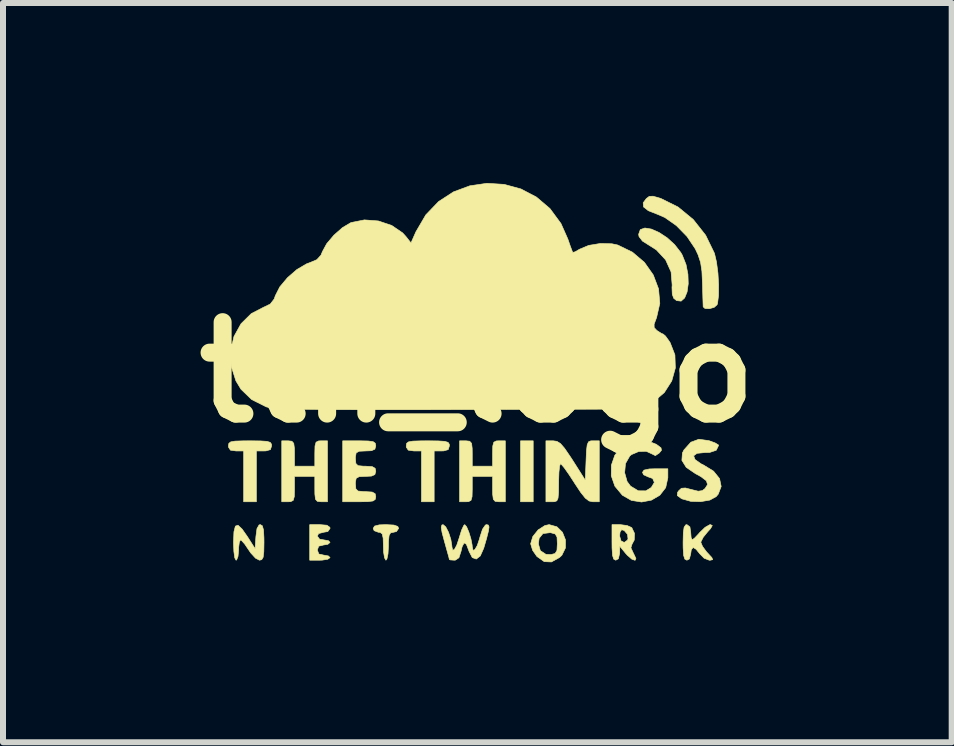
<source format=kicad_pcb>
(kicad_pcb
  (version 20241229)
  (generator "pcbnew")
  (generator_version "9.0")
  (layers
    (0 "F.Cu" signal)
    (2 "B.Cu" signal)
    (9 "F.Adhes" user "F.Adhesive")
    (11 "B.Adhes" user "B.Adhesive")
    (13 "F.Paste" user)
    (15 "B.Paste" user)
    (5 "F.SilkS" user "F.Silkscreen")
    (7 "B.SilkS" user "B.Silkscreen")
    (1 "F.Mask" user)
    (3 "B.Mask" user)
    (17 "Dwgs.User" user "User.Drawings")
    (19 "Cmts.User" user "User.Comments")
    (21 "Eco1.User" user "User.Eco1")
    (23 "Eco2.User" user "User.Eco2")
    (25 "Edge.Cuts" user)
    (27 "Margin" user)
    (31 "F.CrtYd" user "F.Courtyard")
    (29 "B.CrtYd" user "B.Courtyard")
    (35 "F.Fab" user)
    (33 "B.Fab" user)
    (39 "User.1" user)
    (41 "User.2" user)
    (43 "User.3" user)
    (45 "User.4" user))
  (footprint "ttn_logo"
    (layer "F.Cu")
    (at 4.906 3.154)
    (property "Reference" "ttn_logo" (at 0 0 0) (layer "F.SilkS") (effects (font (size 1.524 1.524) (thickness 0.3))))
    (attr through_hole)
    (fp_poly (pts (xy 0.931 2.159) (xy 0.72 2.159) (xy 0.72 1.143) (xy 0.931 1.143) (xy 0.931 2.159)) (stroke (width 0.01) (type solid)) (fill yes) (layer "F.SilkS"))
    (fp_poly (pts (xy -3.614 1.145) (xy -3.507 1.152) (xy -3.452 1.169) (xy -3.431 1.199) (xy -3.429 1.228) (xy -3.449 1.29) (xy -3.523 1.311) (xy -3.556 1.312) (xy -3.683 1.312) (xy -3.683 2.159) (xy -3.895 2.159) (xy -3.895 1.312) (xy -4.022 1.312) (xy -4.115 1.299) (xy -4.147 1.25) (xy -4.149 1.228) (xy -4.142 1.186) (xy -4.111 1.161) (xy -4.039 1.148) (xy -3.909 1.144) (xy -3.789 1.143) (xy -3.614 1.145)) (stroke (width 0.01) (type solid)) (fill yes) (layer "F.SilkS"))
    (fp_poly (pts (xy -0.651 1.145) (xy -0.544 1.152) (xy -0.488 1.169) (xy -0.468 1.199) (xy -0.466 1.228) (xy -0.486 1.29) (xy -0.56 1.311) (xy -0.593 1.312) (xy -0.72 1.312) (xy -0.72 2.159) (xy -0.931 2.159) (xy -0.931 1.312) (xy -1.058 1.312) (xy -1.151 1.299) (xy -1.184 1.25) (xy -1.185 1.228) (xy -1.179 1.186) (xy -1.148 1.161) (xy -1.075 1.148) (xy -0.946 1.144) (xy -0.826 1.143) (xy -0.651 1.145)) (stroke (width 0.01) (type solid)) (fill yes) (layer "F.SilkS"))
    (fp_poly (pts (xy -1.391 2.547) (xy -1.326 2.57) (xy -1.312 2.603) (xy -1.348 2.655) (xy -1.397 2.667) (xy -1.446 2.677) (xy -1.471 2.721) (xy -1.481 2.818) (xy -1.482 2.9) (xy -1.489 3.027) (xy -1.507 3.112) (xy -1.524 3.133) (xy -1.547 3.094) (xy -1.563 2.996) (xy -1.566 2.9) (xy -1.57 2.765) (xy -1.586 2.695) (xy -1.621 2.669) (xy -1.651 2.667) (xy -1.72 2.641) (xy -1.736 2.603) (xy -1.713 2.564) (xy -1.635 2.544) (xy -1.524 2.54) (xy -1.391 2.547)) (stroke (width 0.01) (type solid)) (fill yes) (layer "F.SilkS"))
    (fp_poly (pts (xy -2.507 2.55) (xy -2.458 2.585) (xy -2.455 2.603) (xy -2.492 2.655) (xy -2.561 2.667) (xy -2.646 2.689) (xy -2.667 2.731) (xy -2.63 2.782) (xy -2.561 2.794) (xy -2.482 2.808) (xy -2.455 2.836) (xy -2.492 2.868) (xy -2.561 2.879) (xy -2.644 2.899) (xy -2.667 2.963) (xy -2.642 3.03) (xy -2.561 3.048) (xy -2.482 3.062) (xy -2.455 3.09) (xy -2.493 3.117) (xy -2.587 3.132) (xy -2.625 3.133) (xy -2.794 3.133) (xy -2.794 2.54) (xy -2.625 2.54) (xy -2.507 2.55)) (stroke (width 0.01) (type solid)) (fill yes) (layer "F.SilkS"))
    (fp_poly (pts (xy 2.901 -2.386) (xy 3.029 -2.329) (xy 3.163 -2.241) (xy 3.288 -2.127) (xy 3.391 -1.995) (xy 3.416 -1.951) (xy 3.478 -1.795) (xy 3.51 -1.632) (xy 3.515 -1.475) (xy 3.496 -1.339) (xy 3.455 -1.238) (xy 3.396 -1.185) (xy 3.321 -1.194) (xy 3.274 -1.231) (xy 3.249 -1.298) (xy 3.244 -1.412) (xy 3.247 -1.453) (xy 3.229 -1.672) (xy 3.138 -1.873) (xy 2.984 -2.039) (xy 2.879 -2.106) (xy 2.752 -2.186) (xy 2.695 -2.26) (xy 2.688 -2.299) (xy 2.716 -2.377) (xy 2.792 -2.404) (xy 2.901 -2.386)) (stroke (width 0.01) (type solid)) (fill yes) (layer "F.SilkS"))
    (fp_poly (pts (xy -3.091 1.15) (xy -3.06 1.185) (xy -3.049 1.27) (xy -3.048 1.355) (xy -3.048 1.566) (xy -2.709 1.566) (xy -2.709 1.355) (xy -2.706 1.229) (xy -2.688 1.166) (xy -2.646 1.145) (xy -2.603 1.143) (xy -2.498 1.143) (xy -2.498 2.159) (xy -2.603 2.159) (xy -2.666 2.152) (xy -2.698 2.117) (xy -2.708 2.032) (xy -2.709 1.947) (xy -2.709 1.736) (xy -3.048 1.736) (xy -3.048 1.947) (xy -3.051 2.073) (xy -3.069 2.136) (xy -3.111 2.157) (xy -3.154 2.159) (xy -3.26 2.159) (xy -3.26 1.143) (xy -3.154 1.143) (xy -3.091 1.15)) (stroke (width 0.01) (type solid)) (fill yes) (layer "F.SilkS"))
    (fp_poly (pts (xy -0.128 1.15) (xy -0.096 1.185) (xy -0.086 1.27) (xy -0.085 1.355) (xy -0.085 1.566) (xy 0.254 1.566) (xy 0.254 1.355) (xy 0.257 1.229) (xy 0.275 1.166) (xy 0.317 1.145) (xy 0.36 1.143) (xy 0.466 1.143) (xy 0.466 2.159) (xy 0.36 2.159) (xy 0.297 2.152) (xy 0.266 2.117) (xy 0.255 2.032) (xy 0.254 1.947) (xy 0.254 1.736) (xy -0.085 1.736) (xy -0.085 1.947) (xy -0.088 2.073) (xy -0.106 2.136) (xy -0.148 2.157) (xy -0.191 2.159) (xy -0.296 2.159) (xy -0.296 1.143) (xy -0.191 1.143) (xy -0.128 1.15)) (stroke (width 0.01) (type solid)) (fill yes) (layer "F.SilkS"))
    (fp_poly (pts (xy -3.584 2.559) (xy -3.564 2.628) (xy -3.557 2.759) (xy -3.556 2.836) (xy -3.559 2.993) (xy -3.57 3.084) (xy -3.594 3.124) (xy -3.631 3.133) (xy -3.697 3.099) (xy -3.776 3.013) (xy -3.81 2.963) (xy -3.878 2.863) (xy -3.932 2.803) (xy -3.947 2.794) (xy -3.967 2.832) (xy -3.979 2.925) (xy -3.979 2.963) (xy -3.989 3.069) (xy -4.012 3.128) (xy -4.022 3.133) (xy -4.043 3.094) (xy -4.058 2.989) (xy -4.064 2.837) (xy -4.064 2.836) (xy -4.057 2.659) (xy -4.033 2.565) (xy -3.989 2.55) (xy -3.92 2.615) (xy -3.831 2.742) (xy -3.704 2.942) (xy -3.691 2.741) (xy -3.673 2.606) (xy -3.638 2.545) (xy -3.617 2.54) (xy -3.584 2.559)) (stroke (width 0.01) (type solid)) (fill yes) (layer "F.SilkS"))
    (fp_poly (pts (xy 1.326 2.576) (xy 1.419 2.668) (xy 1.469 2.794) (xy 1.468 2.929) (xy 1.409 3.05) (xy 1.37 3.087) (xy 1.235 3.162) (xy 1.115 3.157) (xy 0.993 3.071) (xy 0.993 3.071) (xy 0.921 2.968) (xy 0.889 2.861) (xy 0.889 2.86) (xy 1.017 2.86) (xy 1.05 2.974) (xy 1.143 3.035) (xy 1.227 3.039) (xy 1.296 3.021) (xy 1.327 2.969) (xy 1.333 2.86) (xy 1.333 2.857) (xy 1.328 2.748) (xy 1.298 2.696) (xy 1.227 2.676) (xy 1.211 2.674) (xy 1.093 2.689) (xy 1.03 2.767) (xy 1.017 2.86) (xy 0.889 2.86) (xy 0.889 2.857) (xy 0.924 2.739) (xy 1.013 2.628) (xy 1.126 2.555) (xy 1.197 2.54) (xy 1.326 2.576)) (stroke (width 0.01) (type solid)) (fill yes) (layer "F.SilkS"))
    (fp_poly (pts (xy 3.034 -2.904) (xy 3.059 -2.896) (xy 3.345 -2.754) (xy 3.599 -2.545) (xy 3.805 -2.284) (xy 3.949 -1.988) (xy 3.953 -1.978) (xy 3.986 -1.836) (xy 4.01 -1.653) (xy 4.021 -1.46) (xy 4.02 -1.283) (xy 4.004 -1.152) (xy 3.996 -1.125) (xy 3.948 -1.082) (xy 3.868 -1.059) (xy 3.795 -1.062) (xy 3.764 -1.09) (xy 3.762 -1.144) (xy 3.758 -1.262) (xy 3.754 -1.42) (xy 3.752 -1.482) (xy 3.743 -1.682) (xy 3.721 -1.83) (xy 3.679 -1.957) (xy 3.631 -2.059) (xy 3.494 -2.263) (xy 3.317 -2.444) (xy 3.125 -2.579) (xy 3.01 -2.629) (xy 2.85 -2.692) (xy 2.77 -2.755) (xy 2.764 -2.824) (xy 2.816 -2.894) (xy 2.865 -2.931) (xy 2.928 -2.934) (xy 3.034 -2.904)) (stroke (width 0.01) (type solid)) (fill yes) (layer "F.SilkS"))
    (fp_poly (pts (xy 1.326 1.152) (xy 1.386 1.189) (xy 1.454 1.268) (xy 1.545 1.401) (xy 1.591 1.471) (xy 1.799 1.799) (xy 1.812 1.471) (xy 1.819 1.306) (xy 1.831 1.209) (xy 1.853 1.16) (xy 1.891 1.144) (xy 1.928 1.143) (xy 2.032 1.143) (xy 2.032 2.159) (xy 1.924 2.159) (xy 1.862 2.146) (xy 1.799 2.098) (xy 1.723 2.003) (xy 1.619 1.846) (xy 1.617 1.842) (xy 1.525 1.701) (xy 1.448 1.592) (xy 1.397 1.532) (xy 1.386 1.525) (xy 1.371 1.563) (xy 1.36 1.666) (xy 1.355 1.812) (xy 1.355 1.841) (xy 1.353 2.003) (xy 1.345 2.098) (xy 1.325 2.143) (xy 1.286 2.158) (xy 1.249 2.159) (xy 1.143 2.159) (xy 1.143 1.143) (xy 1.263 1.143) (xy 1.326 1.152)) (stroke (width 0.01) (type solid)) (fill yes) (layer "F.SilkS"))
    (fp_poly (pts (xy 2.496 2.555) (xy 2.573 2.59) (xy 2.574 2.591) (xy 2.619 2.685) (xy 2.615 2.797) (xy 2.578 2.866) (xy 2.559 2.926) (xy 2.602 3.019) (xy 2.604 3.022) (xy 2.643 3.104) (xy 2.629 3.135) (xy 2.575 3.116) (xy 2.497 3.048) (xy 2.469 3.016) (xy 2.374 2.9) (xy 2.372 3.016) (xy 2.351 3.109) (xy 2.307 3.133) (xy 2.273 3.115) (xy 2.253 3.053) (xy 2.245 2.929) (xy 2.244 2.836) (xy 2.244 2.731) (xy 2.371 2.731) (xy 2.395 2.811) (xy 2.448 2.837) (xy 2.501 2.799) (xy 2.511 2.778) (xy 2.503 2.702) (xy 2.448 2.638) (xy 2.405 2.625) (xy 2.379 2.661) (xy 2.371 2.731) (xy 2.244 2.731) (xy 2.244 2.54) (xy 2.383 2.54) (xy 2.496 2.555)) (stroke (width 0.01) (type solid)) (fill yes) (layer "F.SilkS"))
    (fp_poly (pts (xy -1.82 1.146) (xy -1.737 1.157) (xy -1.701 1.184) (xy -1.693 1.228) (xy -1.708 1.283) (xy -1.765 1.308) (xy -1.863 1.312) (xy -1.971 1.317) (xy -2.02 1.345) (xy -2.032 1.412) (xy -2.032 1.439) (xy -2.025 1.521) (xy -1.989 1.557) (xy -1.899 1.566) (xy -1.863 1.566) (xy -1.752 1.573) (xy -1.703 1.602) (xy -1.693 1.651) (xy -1.708 1.706) (xy -1.765 1.731) (xy -1.863 1.736) (xy -1.971 1.741) (xy -2.02 1.768) (xy -2.032 1.835) (xy -2.032 1.863) (xy -2.025 1.944) (xy -1.989 1.98) (xy -1.899 1.989) (xy -1.863 1.99) (xy -1.752 1.997) (xy -1.703 2.025) (xy -1.693 2.074) (xy -1.702 2.12) (xy -1.74 2.146) (xy -1.827 2.157) (xy -1.968 2.159) (xy -2.244 2.159) (xy -2.244 1.143) (xy -1.968 1.143) (xy -1.82 1.146)) (stroke (width 0.01) (type solid)) (fill yes) (layer "F.SilkS"))
    (fp_poly (pts (xy 3.916 2.555) (xy 3.887 2.606) (xy 3.839 2.659) (xy 3.765 2.75) (xy 3.727 2.825) (xy 3.725 2.836) (xy 3.753 2.903) (xy 3.82 2.994) (xy 3.839 3.014) (xy 3.909 3.09) (xy 3.922 3.124) (xy 3.882 3.133) (xy 3.865 3.133) (xy 3.78 3.1) (xy 3.708 3.027) (xy 3.646 2.951) (xy 3.597 2.921) (xy 3.566 2.957) (xy 3.556 3.027) (xy 3.534 3.112) (xy 3.493 3.133) (xy 3.458 3.115) (xy 3.438 3.053) (xy 3.43 2.929) (xy 3.429 2.836) (xy 3.433 2.675) (xy 3.446 2.583) (xy 3.473 2.544) (xy 3.493 2.54) (xy 3.543 2.578) (xy 3.556 2.667) (xy 3.563 2.756) (xy 3.58 2.794) (xy 3.58 2.794) (xy 3.62 2.765) (xy 3.689 2.692) (xy 3.711 2.667) (xy 3.796 2.585) (xy 3.872 2.542) (xy 3.885 2.54) (xy 3.916 2.555)) (stroke (width 0.01) (type solid)) (fill yes) (layer "F.SilkS"))
    (fp_poly (pts (xy 3.859 1.14) (xy 3.961 1.177) (xy 4.017 1.211) (xy 4.021 1.219) (xy 3.982 1.3) (xy 3.872 1.337) (xy 3.79 1.339) (xy 3.66 1.352) (xy 3.605 1.393) (xy 3.628 1.455) (xy 3.728 1.526) (xy 3.769 1.546) (xy 3.937 1.649) (xy 4.037 1.773) (xy 4.064 1.904) (xy 4.015 2.032) (xy 3.979 2.074) (xy 3.874 2.131) (xy 3.722 2.157) (xy 3.558 2.152) (xy 3.415 2.112) (xy 3.397 2.103) (xy 3.332 2.055) (xy 3.337 2.003) (xy 3.354 1.978) (xy 3.401 1.934) (xy 3.467 1.929) (xy 3.568 1.955) (xy 3.681 1.983) (xy 3.75 1.973) (xy 3.795 1.938) (xy 3.837 1.872) (xy 3.817 1.809) (xy 3.726 1.74) (xy 3.636 1.691) (xy 3.482 1.586) (xy 3.409 1.469) (xy 3.418 1.345) (xy 3.444 1.294) (xy 3.559 1.166) (xy 3.692 1.117) (xy 3.859 1.14)) (stroke (width 0.01) (type solid)) (fill yes) (layer "F.SilkS"))
    (fp_poly (pts (xy 2.855 1.151) (xy 2.98 1.2) (xy 2.988 1.205) (xy 3.061 1.26) (xy 3.069 1.301) (xy 3.032 1.346) (xy 2.967 1.39) (xy 2.913 1.363) (xy 2.815 1.318) (xy 2.688 1.322) (xy 2.57 1.372) (xy 2.54 1.397) (xy 2.469 1.522) (xy 2.455 1.675) (xy 2.496 1.821) (xy 2.553 1.898) (xy 2.682 1.976) (xy 2.808 1.977) (xy 2.899 1.921) (xy 2.95 1.836) (xy 2.922 1.771) (xy 2.844 1.743) (xy 2.771 1.709) (xy 2.752 1.669) (xy 2.778 1.631) (xy 2.865 1.612) (xy 2.963 1.609) (xy 3.175 1.609) (xy 3.175 1.76) (xy 3.139 1.924) (xy 3.041 2.05) (xy 2.901 2.132) (xy 2.737 2.163) (xy 2.567 2.136) (xy 2.417 2.05) (xy 2.292 1.899) (xy 2.232 1.726) (xy 2.234 1.549) (xy 2.291 1.384) (xy 2.399 1.249) (xy 2.551 1.159) (xy 2.715 1.131) (xy 2.855 1.151)) (stroke (width 0.01) (type solid)) (fill yes) (layer "F.SilkS"))
    (fp_poly (pts (xy 0.183 2.547) (xy 0.195 2.578) (xy 0.185 2.647) (xy 0.154 2.77) (xy 0.106 2.934) (xy 0.049 3.062) (xy -0.018 3.114) (xy -0.085 3.089) (xy -0.139 2.984) (xy -0.142 2.974) (xy -0.183 2.867) (xy -0.221 2.845) (xy -0.254 2.908) (xy -0.272 2.985) (xy -0.307 3.092) (xy -0.364 3.131) (xy -0.383 3.133) (xy -0.451 3.128) (xy -0.466 3.122) (xy -0.476 3.079) (xy -0.505 2.976) (xy -0.544 2.836) (xy -0.547 2.826) (xy -0.588 2.673) (xy -0.602 2.585) (xy -0.591 2.546) (xy -0.571 2.54) (xy -0.527 2.577) (xy -0.48 2.668) (xy -0.442 2.785) (xy -0.424 2.898) (xy -0.424 2.91) (xy -0.411 2.967) (xy -0.382 2.953) (xy -0.343 2.882) (xy -0.303 2.762) (xy -0.3 2.752) (xy -0.263 2.632) (xy -0.227 2.555) (xy -0.21 2.54) (xy -0.179 2.576) (xy -0.141 2.666) (xy -0.107 2.777) (xy -0.087 2.88) (xy -0.085 2.91) (xy -0.072 2.968) (xy -0.042 2.957) (xy -0.002 2.889) (xy 0.036 2.777) (xy 0.042 2.752) (xy 0.086 2.616) (xy 0.134 2.547) (xy 0.153 2.54) (xy 0.183 2.547)) (stroke (width 0.01) (type solid)) (fill yes) (layer "F.SilkS"))
    (fp_poly (pts (xy 0.447 -3.131) (xy 0.726 -3.055) (xy 0.984 -2.92) (xy 1.21 -2.728) (xy 1.394 -2.478) (xy 1.508 -2.221) (xy 1.55 -2.1) (xy 1.581 -2.018) (xy 1.59 -1.997) (xy 1.629 -2.007) (xy 1.703 -2.05) (xy 1.856 -2.114) (xy 2.05 -2.146) (xy 2.243 -2.141) (xy 2.341 -2.12) (xy 2.585 -2.001) (xy 2.785 -1.831) (xy 2.932 -1.622) (xy 3.02 -1.39) (xy 3.041 -1.147) (xy 2.987 -0.91) (xy 2.984 -0.903) (xy 2.946 -0.801) (xy 2.947 -0.744) (xy 2.988 -0.7) (xy 2.995 -0.694) (xy 3.066 -0.648) (xy 3.097 -0.636) (xy 3.136 -0.603) (xy 3.195 -0.521) (xy 3.214 -0.492) (xy 3.293 -0.289) (xy 3.3 -0.07) (xy 3.24 0.145) (xy 3.117 0.338) (xy 2.937 0.492) (xy 2.921 0.502) (xy 2.731 0.614) (xy -0.318 0.623) (xy -0.926 0.625) (xy -1.455 0.625) (xy -1.91 0.625) (xy -2.297 0.624) (xy -2.619 0.621) (xy -2.883 0.618) (xy -3.094 0.613) (xy -3.258 0.607) (xy -3.378 0.599) (xy -3.462 0.59) (xy -3.513 0.579) (xy -3.519 0.577) (xy -3.762 0.455) (xy -3.94 0.283) (xy -4.024 0.144) (xy -4.104 -0.105) (xy -4.112 -0.357) (xy -4.056 -0.597) (xy -3.939 -0.808) (xy -3.768 -0.977) (xy -3.571 -1.079) (xy -3.451 -1.137) (xy -3.386 -1.221) (xy -3.367 -1.276) (xy -3.293 -1.422) (xy -3.165 -1.575) (xy -3.009 -1.711) (xy -2.848 -1.806) (xy -2.799 -1.824) (xy -2.675 -1.876) (xy -2.606 -1.952) (xy -2.583 -2.009) (xy -2.511 -2.142) (xy -2.39 -2.285) (xy -2.247 -2.411) (xy -2.11 -2.492) (xy -2.103 -2.495) (xy -1.883 -2.539) (xy -1.649 -2.521) (xy -1.428 -2.447) (xy -1.246 -2.323) (xy -1.192 -2.264) (xy -1.106 -2.155) (xy -1.025 -2.339) (xy -0.859 -2.623) (xy -0.646 -2.845) (xy -0.398 -3.006) (xy -0.126 -3.107) (xy 0.16 -3.149) (xy 0.447 -3.131)) (stroke (width 0.01) (type solid)) (fill yes) (layer "F.SilkS")))
  (gr_rect
    (start -3 -3)
    (end 12.812 9.321)
    (stroke (width 0.1) (type default))
    (fill no)
    (layer "Edge.Cuts")))
</source>
